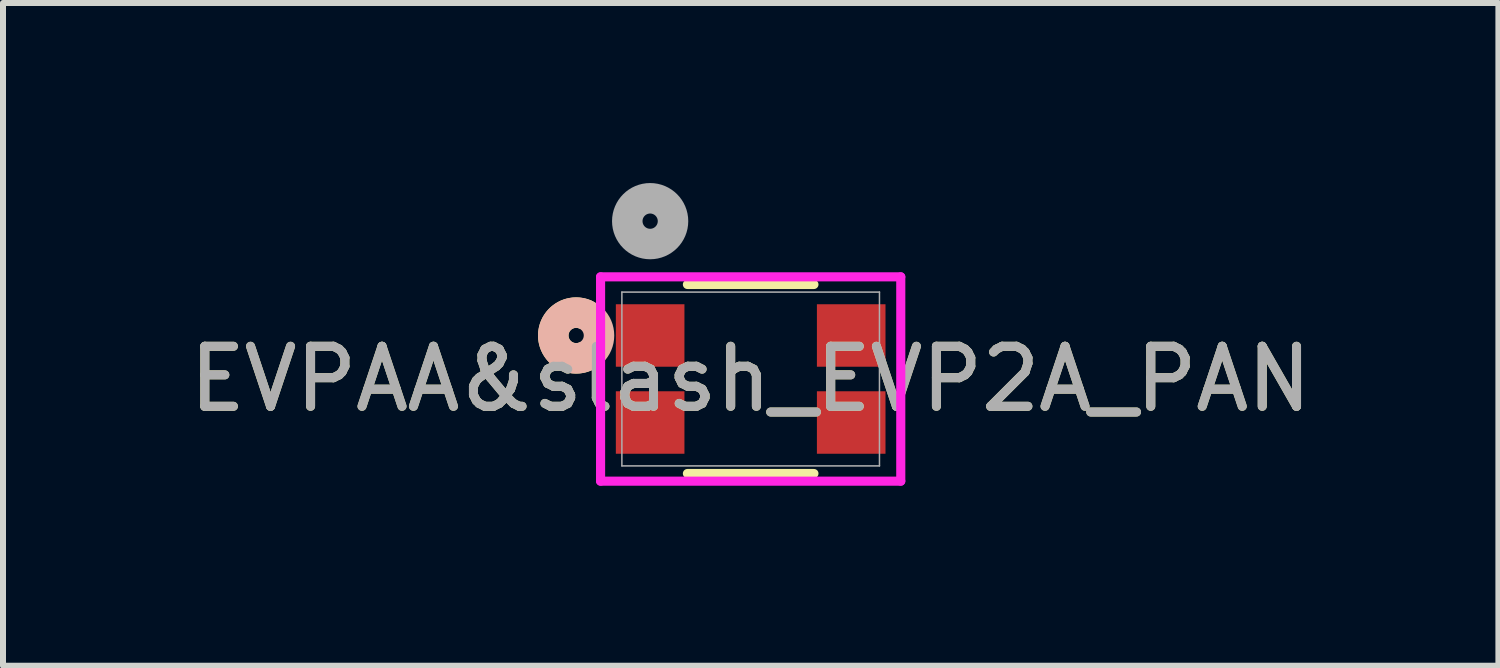
<source format=kicad_pcb>
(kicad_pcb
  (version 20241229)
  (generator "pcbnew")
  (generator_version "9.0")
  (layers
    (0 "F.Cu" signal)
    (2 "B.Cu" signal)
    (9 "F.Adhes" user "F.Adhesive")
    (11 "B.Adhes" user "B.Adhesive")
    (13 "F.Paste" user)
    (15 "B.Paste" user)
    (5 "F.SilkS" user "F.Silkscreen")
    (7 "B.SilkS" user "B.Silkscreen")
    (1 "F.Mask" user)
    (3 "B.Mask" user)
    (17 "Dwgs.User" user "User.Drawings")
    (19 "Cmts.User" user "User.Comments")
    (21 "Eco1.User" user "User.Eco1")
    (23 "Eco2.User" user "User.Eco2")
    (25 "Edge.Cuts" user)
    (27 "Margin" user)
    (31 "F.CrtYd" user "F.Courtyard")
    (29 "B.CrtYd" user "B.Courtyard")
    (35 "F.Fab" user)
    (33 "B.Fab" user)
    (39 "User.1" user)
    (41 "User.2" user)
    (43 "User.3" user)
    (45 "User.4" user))
  (footprint "EVPAA&slash_EVP2A_PAN"
    (layer "F.Cu")
    (at 9.458 3.265)
    (property "Reference" "EVPAA&slash_EVP2A_PAN" (at 0 0 0) (unlocked yes) (layer "F.SilkS") (effects (font (size 1 1) (thickness 0.15))))
    (attr smd)
    (fp_line (start -1.054 1.575) (end 1.054 1.575) (stroke (width 0.152) (type solid)) (layer "F.SilkS"))
    (fp_line (start 1.054 -1.575) (end -1.054 -1.575) (stroke (width 0.152) (type solid)) (layer "F.SilkS"))
    (fp_arc (start -2.75704 -0.375312) (mid -3.2893 -0.725) (end -2.75704 -1.074688) (stroke (width 0.508) (type solid)) (layer "F.SilkS"))
    (fp_circle (center -2.908 -0.725) (end -2.527 -0.725) (stroke (width 0.508) (type solid)) (fill no) (layer "B.SilkS"))
    (fp_line (start -2.501 -1.702) (end -2.501 1.702) (stroke (width 0.152) (type solid)) (layer "F.CrtYd"))
    (fp_line (start -2.501 1.702) (end 2.501 1.702) (stroke (width 0.152) (type solid)) (layer "F.CrtYd"))
    (fp_line (start 2.501 -1.702) (end -2.501 -1.702) (stroke (width 0.152) (type solid)) (layer "F.CrtYd"))
    (fp_line (start 2.501 1.702) (end 2.501 -1.702) (stroke (width 0.152) (type solid)) (layer "F.CrtYd"))
    (fp_line (start -2.146 -1.448) (end -2.146 1.448) (stroke (width 0.025) (type solid)) (layer "F.Fab"))
    (fp_line (start -2.146 1.448) (end 2.146 1.448) (stroke (width 0.025) (type solid)) (layer "F.Fab"))
    (fp_line (start 2.146 -1.448) (end -2.146 -1.448) (stroke (width 0.025) (type solid)) (layer "F.Fab"))
    (fp_line (start 2.146 1.448) (end 2.146 -1.448) (stroke (width 0.025) (type solid)) (layer "F.Fab"))
    (fp_circle (center -1.675 -2.63) (end -1.294 -2.63) (stroke (width 0.508) (type solid)) (fill no) (layer "F.Fab"))
    (fp_text user "${REFERENCE}" (at 0 0 0) (unlocked yes) (layer "F.Fab") (effects (font (size 1 1) (thickness 0.15))))
    (pad "1" smd rect (at -1.675 -0.725) (size 1.143 1.041) (layers "F.Cu" "F.Mask" "F.Paste"))
    (pad "2" smd rect (at -1.675 0.725) (size 1.143 1.041) (layers "F.Cu" "F.Mask" "F.Paste"))
    (pad "3" smd rect (at 1.675 -0.725) (size 1.143 1.041) (layers "F.Cu" "F.Mask" "F.Paste"))
    (pad "4" smd rect (at 1.675 0.725) (size 1.143 1.041) (layers "F.Cu" "F.Mask" "F.Paste")))
  (gr_rect
    (start -3 -3)
    (end 21.917 8.043)
    (stroke (width 0.1) (type default))
    (fill no)
    (layer "Edge.Cuts")))
</source>
